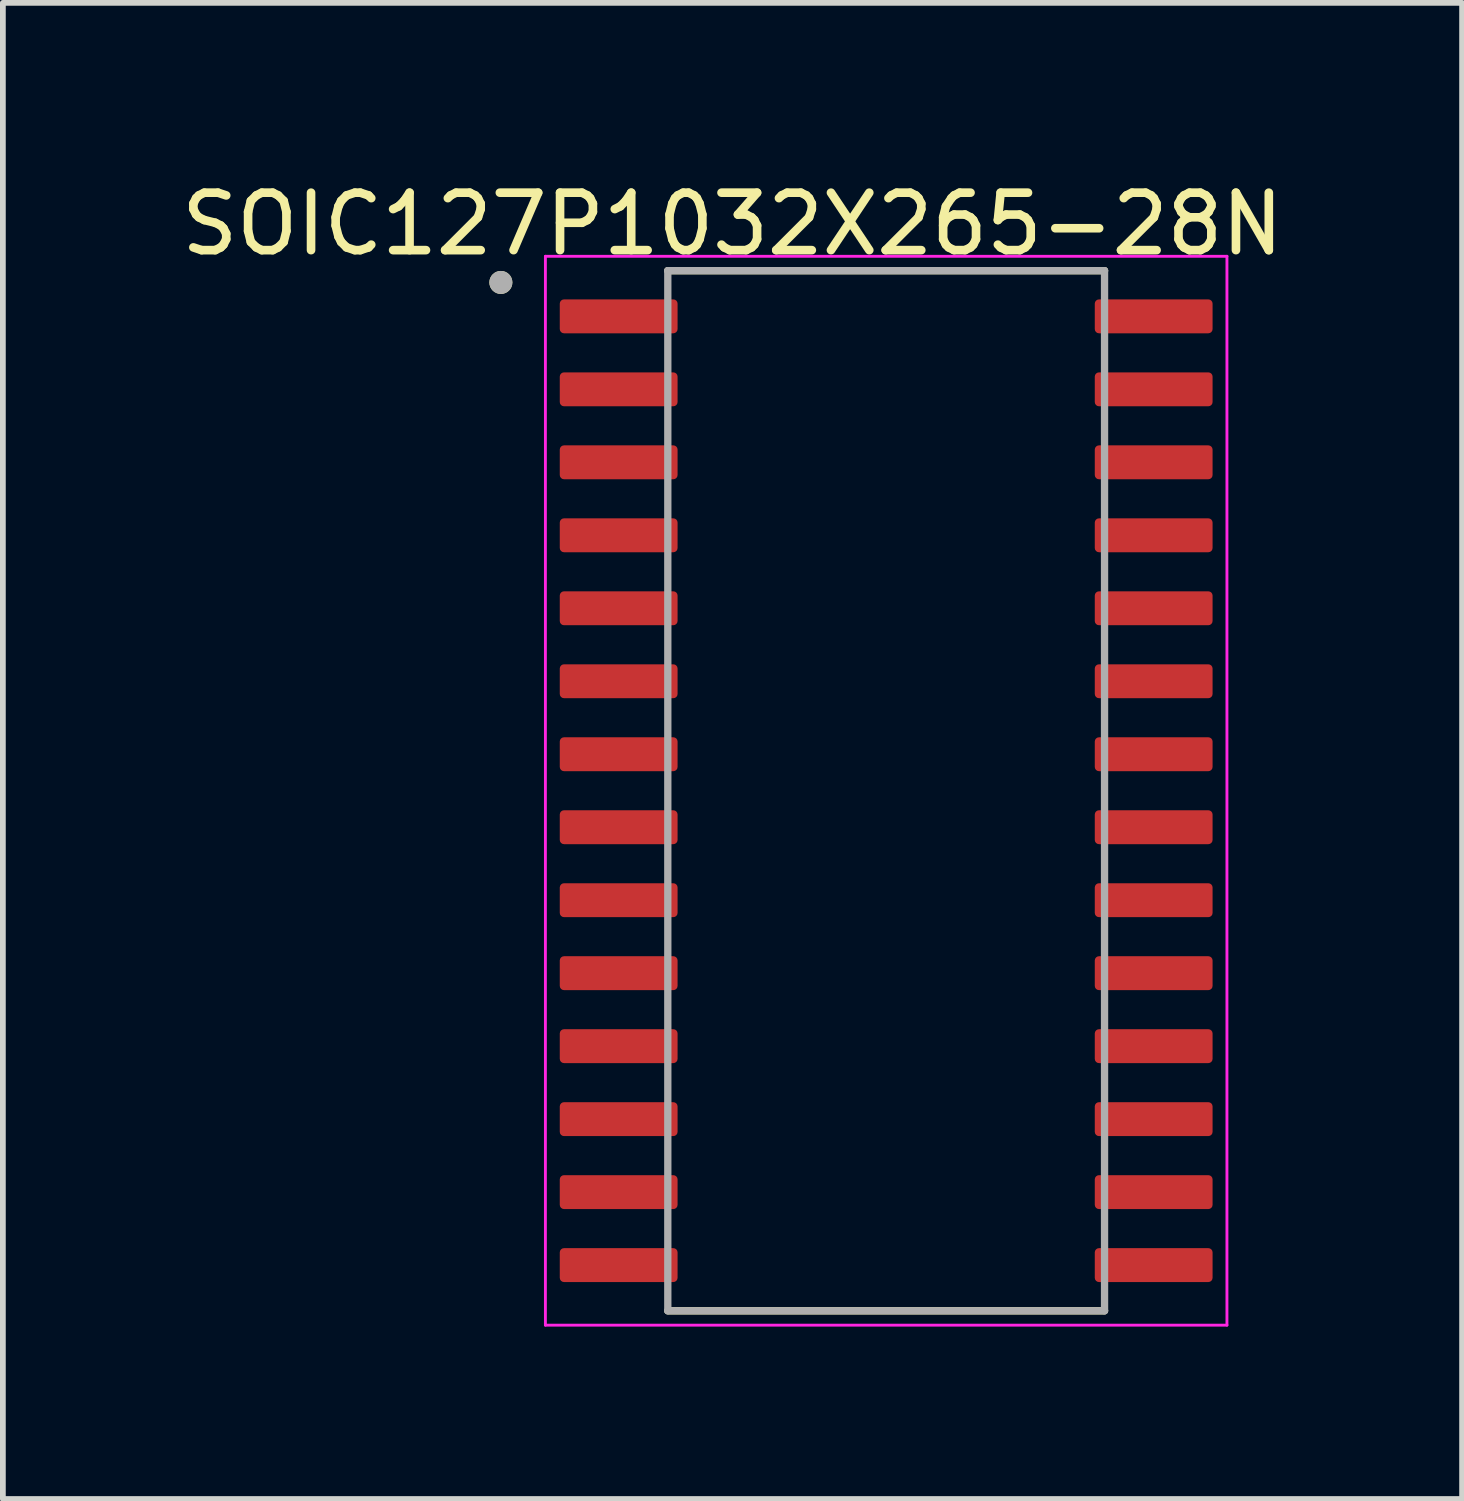
<source format=kicad_pcb>
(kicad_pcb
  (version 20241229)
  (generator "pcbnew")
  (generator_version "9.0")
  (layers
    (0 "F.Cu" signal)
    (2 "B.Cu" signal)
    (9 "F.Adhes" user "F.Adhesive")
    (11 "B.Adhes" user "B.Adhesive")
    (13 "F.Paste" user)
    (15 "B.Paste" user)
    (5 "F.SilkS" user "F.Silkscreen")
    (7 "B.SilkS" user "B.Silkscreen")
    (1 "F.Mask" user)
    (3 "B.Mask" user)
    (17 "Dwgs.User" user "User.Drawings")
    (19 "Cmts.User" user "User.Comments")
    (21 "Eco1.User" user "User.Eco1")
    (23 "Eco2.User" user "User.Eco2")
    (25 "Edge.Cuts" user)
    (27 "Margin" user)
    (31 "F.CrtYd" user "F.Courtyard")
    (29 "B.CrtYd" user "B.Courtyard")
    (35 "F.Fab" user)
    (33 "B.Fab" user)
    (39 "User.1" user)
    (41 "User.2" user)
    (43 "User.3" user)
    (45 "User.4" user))
  (footprint "SOIC127P1032X265-28N"
    (layer "F.Cu")
    (at 12.371 10.71)
    (property "Reference" "SOIC127P1032X265-28N" (at -2.675 -9.862 0) (layer "F.SilkS") (effects (font (size 1 1) (thickness 0.15))))
    (attr smd)
    (fp_line (start -3.8 -9.05) (end 3.8 -9.05) (stroke (width 0.127) (type solid)) (layer "F.SilkS"))
    (fp_line (start -3.8 9.05) (end 3.8 9.05) (stroke (width 0.127) (type solid)) (layer "F.SilkS"))
    (fp_circle (center -6.705 -8.845) (end -6.605 -8.845) (stroke (width 0.2) (type solid)) (fill no) (layer "F.SilkS"))
    (fp_line (start -5.93 -9.3) (end -5.93 9.3) (stroke (width 0.05) (type solid)) (layer "F.CrtYd"))
    (fp_line (start -5.93 -9.3) (end 5.93 -9.3) (stroke (width 0.05) (type solid)) (layer "F.CrtYd"))
    (fp_line (start -5.93 9.3) (end 5.93 9.3) (stroke (width 0.05) (type solid)) (layer "F.CrtYd"))
    (fp_line (start 5.93 -9.3) (end 5.93 9.3) (stroke (width 0.05) (type solid)) (layer "F.CrtYd"))
    (fp_line (start -3.8 -9.05) (end -3.8 9.05) (stroke (width 0.127) (type solid)) (layer "F.Fab"))
    (fp_line (start -3.8 -9.05) (end 3.8 -9.05) (stroke (width 0.127) (type solid)) (layer "F.Fab"))
    (fp_line (start -3.8 9.05) (end 3.8 9.05) (stroke (width 0.127) (type solid)) (layer "F.Fab"))
    (fp_line (start 3.8 -9.05) (end 3.8 9.05) (stroke (width 0.127) (type solid)) (layer "F.Fab"))
    (fp_circle (center -6.705 -8.845) (end -6.605 -8.845) (stroke (width 0.2) (type solid)) (fill no) (layer "F.Fab"))
    (pad "1" smd roundrect (at -4.655 -8.255) (size 2.05 0.59) (layers "F.Cu" "F.Mask" "F.Paste") (roundrect_rratio 0.125))
    (pad "2" smd roundrect (at -4.655 -6.985) (size 2.05 0.59) (layers "F.Cu" "F.Mask" "F.Paste") (roundrect_rratio 0.125))
    (pad "3" smd roundrect (at -4.655 -5.715) (size 2.05 0.59) (layers "F.Cu" "F.Mask" "F.Paste") (roundrect_rratio 0.125))
    (pad "4" smd roundrect (at -4.655 -4.445) (size 2.05 0.59) (layers "F.Cu" "F.Mask" "F.Paste") (roundrect_rratio 0.125))
    (pad "5" smd roundrect (at -4.655 -3.175) (size 2.05 0.59) (layers "F.Cu" "F.Mask" "F.Paste") (roundrect_rratio 0.125))
    (pad "6" smd roundrect (at -4.655 -1.905) (size 2.05 0.59) (layers "F.Cu" "F.Mask" "F.Paste") (roundrect_rratio 0.125))
    (pad "7" smd roundrect (at -4.655 -0.635) (size 2.05 0.59) (layers "F.Cu" "F.Mask" "F.Paste") (roundrect_rratio 0.125))
    (pad "8" smd roundrect (at -4.655 0.635) (size 2.05 0.59) (layers "F.Cu" "F.Mask" "F.Paste") (roundrect_rratio 0.125))
    (pad "9" smd roundrect (at -4.655 1.905) (size 2.05 0.59) (layers "F.Cu" "F.Mask" "F.Paste") (roundrect_rratio 0.125))
    (pad "10" smd roundrect (at -4.655 3.175) (size 2.05 0.59) (layers "F.Cu" "F.Mask" "F.Paste") (roundrect_rratio 0.125))
    (pad "11" smd roundrect (at -4.655 4.445) (size 2.05 0.59) (layers "F.Cu" "F.Mask" "F.Paste") (roundrect_rratio 0.125))
    (pad "12" smd roundrect (at -4.655 5.715) (size 2.05 0.59) (layers "F.Cu" "F.Mask" "F.Paste") (roundrect_rratio 0.125))
    (pad "13" smd roundrect (at -4.655 6.985) (size 2.05 0.59) (layers "F.Cu" "F.Mask" "F.Paste") (roundrect_rratio 0.125))
    (pad "14" smd roundrect (at -4.655 8.255) (size 2.05 0.59) (layers "F.Cu" "F.Mask" "F.Paste") (roundrect_rratio 0.125))
    (pad "15" smd roundrect (at 4.655 8.255) (size 2.05 0.59) (layers "F.Cu" "F.Mask" "F.Paste") (roundrect_rratio 0.125))
    (pad "16" smd roundrect (at 4.655 6.985) (size 2.05 0.59) (layers "F.Cu" "F.Mask" "F.Paste") (roundrect_rratio 0.125))
    (pad "17" smd roundrect (at 4.655 5.715) (size 2.05 0.59) (layers "F.Cu" "F.Mask" "F.Paste") (roundrect_rratio 0.125))
    (pad "18" smd roundrect (at 4.655 4.445) (size 2.05 0.59) (layers "F.Cu" "F.Mask" "F.Paste") (roundrect_rratio 0.125))
    (pad "19" smd roundrect (at 4.655 3.175) (size 2.05 0.59) (layers "F.Cu" "F.Mask" "F.Paste") (roundrect_rratio 0.125))
    (pad "20" smd roundrect (at 4.655 1.905) (size 2.05 0.59) (layers "F.Cu" "F.Mask" "F.Paste") (roundrect_rratio 0.125))
    (pad "21" smd roundrect (at 4.655 0.635) (size 2.05 0.59) (layers "F.Cu" "F.Mask" "F.Paste") (roundrect_rratio 0.125))
    (pad "22" smd roundrect (at 4.655 -0.635) (size 2.05 0.59) (layers "F.Cu" "F.Mask" "F.Paste") (roundrect_rratio 0.125))
    (pad "23" smd roundrect (at 4.655 -1.905) (size 2.05 0.59) (layers "F.Cu" "F.Mask" "F.Paste") (roundrect_rratio 0.125))
    (pad "24" smd roundrect (at 4.655 -3.175) (size 2.05 0.59) (layers "F.Cu" "F.Mask" "F.Paste") (roundrect_rratio 0.125))
    (pad "25" smd roundrect (at 4.655 -4.445) (size 2.05 0.59) (layers "F.Cu" "F.Mask" "F.Paste") (roundrect_rratio 0.125))
    (pad "26" smd roundrect (at 4.655 -5.715) (size 2.05 0.59) (layers "F.Cu" "F.Mask" "F.Paste") (roundrect_rratio 0.125))
    (pad "27" smd roundrect (at 4.655 -6.985) (size 2.05 0.59) (layers "F.Cu" "F.Mask" "F.Paste") (roundrect_rratio 0.125))
    (pad "28" smd roundrect (at 4.655 -8.255) (size 2.05 0.59) (layers "F.Cu" "F.Mask" "F.Paste") (roundrect_rratio 0.125)))
  (gr_rect
    (start -3 -3)
    (end 22.393 23.035)
    (stroke (width 0.1) (type default))
    (fill no)
    (layer "Edge.Cuts")))
</source>
